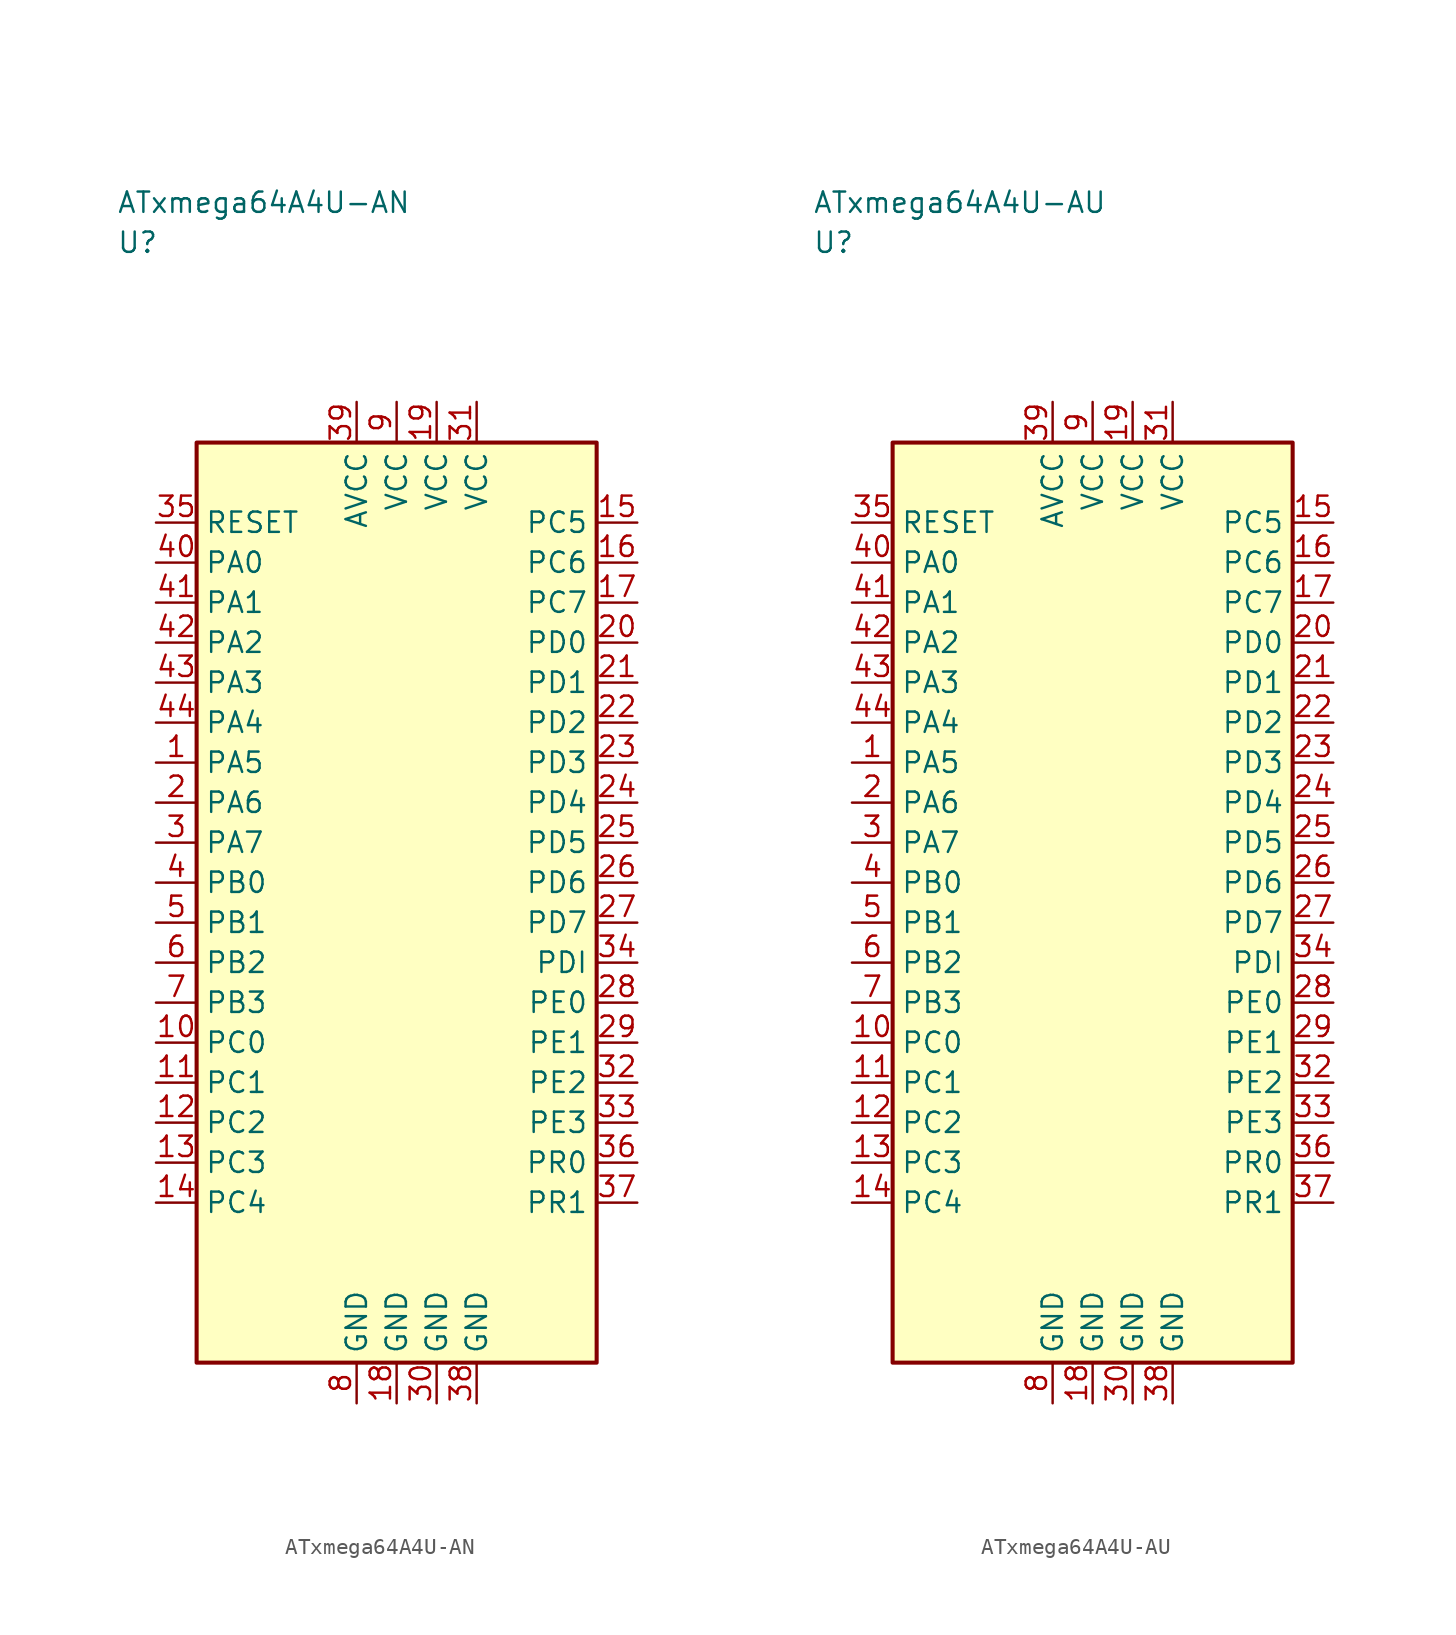
<source format=kicad_sym>
(kicad_symbol_lib
  (version 20241025)
  (generator "kicad_symbol_editor")
  (generator_version "8.0")
  (symbol "ATxmega64A4U-AN"
    (property "Reference" "U"
      (at -17.5 41.25 0)
      (effects (font (size 1.27 1.27)) (justify left)))
    (property "Value" "ATxmega64A4U-AN"
      (at -17.5 43.75 0)
      (effects (font (size 1.27 1.27)) (justify left)))
    (symbol "ATxmega64A4U-AN_0_1"
      (rectangle (start -12.5 28.75) (end 12.5 -28.75) (stroke (width 0.254) (type default)) (fill (type background))))
    (symbol "ATxmega64A4U-AN_1_1"
      (pin bidirectional line (at -15.04 8.75 0.0) (length 2.54) (name "PA5" (effects (font (size 1.27 1.27)))) (number "1" (effects (font (size 1.27 1.27)))))
      (pin bidirectional line (at -15.04 6.25 0.0) (length 2.54) (name "PA6" (effects (font (size 1.27 1.27)))) (number "2" (effects (font (size 1.27 1.27)))))
      (pin bidirectional line (at -15.04 3.75 0.0) (length 2.54) (name "PA7" (effects (font (size 1.27 1.27)))) (number "3" (effects (font (size 1.27 1.27)))))
      (pin bidirectional line (at -15.04 1.25 0.0) (length 2.54) (name "PB0" (effects (font (size 1.27 1.27)))) (number "4" (effects (font (size 1.27 1.27)))))
      (pin bidirectional line (at -15.04 -1.25 0.0) (length 2.54) (name "PB1" (effects (font (size 1.27 1.27)))) (number "5" (effects (font (size 1.27 1.27)))))
      (pin bidirectional line (at -15.04 -3.75 0.0) (length 2.54) (name "PB2" (effects (font (size 1.27 1.27)))) (number "6" (effects (font (size 1.27 1.27)))))
      (pin bidirectional line (at -15.04 -6.25 0.0) (length 2.54) (name "PB3" (effects (font (size 1.27 1.27)))) (number "7" (effects (font (size 1.27 1.27)))))
      (pin passive line (at -2.5 -31.29 90.0) (length 2.54) (name "GND" (effects (font (size 1.27 1.27)))) (number "8" (effects (font (size 1.27 1.27)))))
      (pin power_in line (at 0.0 31.29 270.0) (length 2.54) (name "VCC" (effects (font (size 1.27 1.27)))) (number "9" (effects (font (size 1.27 1.27)))))
      (pin bidirectional line (at -15.04 -8.75 0.0) (length 2.54) (name "PC0" (effects (font (size 1.27 1.27)))) (number "10" (effects (font (size 1.27 1.27)))))
      (pin bidirectional line (at -15.04 -11.25 0.0) (length 2.54) (name "PC1" (effects (font (size 1.27 1.27)))) (number "11" (effects (font (size 1.27 1.27)))))
      (pin bidirectional line (at -15.04 -13.75 0.0) (length 2.54) (name "PC2" (effects (font (size 1.27 1.27)))) (number "12" (effects (font (size 1.27 1.27)))))
      (pin bidirectional line (at -15.04 -16.25 0.0) (length 2.54) (name "PC3" (effects (font (size 1.27 1.27)))) (number "13" (effects (font (size 1.27 1.27)))))
      (pin bidirectional line (at -15.04 -18.75 0.0) (length 2.54) (name "PC4" (effects (font (size 1.27 1.27)))) (number "14" (effects (font (size 1.27 1.27)))))
      (pin bidirectional line (at 15.04 23.75 180.0) (length 2.54) (name "PC5" (effects (font (size 1.27 1.27)))) (number "15" (effects (font (size 1.27 1.27)))))
      (pin bidirectional line (at 15.04 21.25 180.0) (length 2.54) (name "PC6" (effects (font (size 1.27 1.27)))) (number "16" (effects (font (size 1.27 1.27)))))
      (pin bidirectional line (at 15.04 18.75 180.0) (length 2.54) (name "PC7" (effects (font (size 1.27 1.27)))) (number "17" (effects (font (size 1.27 1.27)))))
      (pin passive line (at 0.0 -31.29 90.0) (length 2.54) (name "GND" (effects (font (size 1.27 1.27)))) (number "18" (effects (font (size 1.27 1.27)))))
      (pin power_in line (at 2.5 31.29 270.0) (length 2.54) (name "VCC" (effects (font (size 1.27 1.27)))) (number "19" (effects (font (size 1.27 1.27)))))
      (pin bidirectional line (at 15.04 16.25 180.0) (length 2.54) (name "PD0" (effects (font (size 1.27 1.27)))) (number "20" (effects (font (size 1.27 1.27)))))
      (pin bidirectional line (at 15.04 13.75 180.0) (length 2.54) (name "PD1" (effects (font (size 1.27 1.27)))) (number "21" (effects (font (size 1.27 1.27)))))
      (pin bidirectional line (at 15.04 11.25 180.0) (length 2.54) (name "PD2" (effects (font (size 1.27 1.27)))) (number "22" (effects (font (size 1.27 1.27)))))
      (pin bidirectional line (at 15.04 8.75 180.0) (length 2.54) (name "PD3" (effects (font (size 1.27 1.27)))) (number "23" (effects (font (size 1.27 1.27)))))
      (pin bidirectional line (at 15.04 6.25 180.0) (length 2.54) (name "PD4" (effects (font (size 1.27 1.27)))) (number "24" (effects (font (size 1.27 1.27)))))
      (pin bidirectional line (at 15.04 3.75 180.0) (length 2.54) (name "PD5" (effects (font (size 1.27 1.27)))) (number "25" (effects (font (size 1.27 1.27)))))
      (pin bidirectional line (at 15.04 1.25 180.0) (length 2.54) (name "PD6" (effects (font (size 1.27 1.27)))) (number "26" (effects (font (size 1.27 1.27)))))
      (pin bidirectional line (at 15.04 -1.25 180.0) (length 2.54) (name "PD7" (effects (font (size 1.27 1.27)))) (number "27" (effects (font (size 1.27 1.27)))))
      (pin bidirectional line (at 15.04 -6.25 180.0) (length 2.54) (name "PE0" (effects (font (size 1.27 1.27)))) (number "28" (effects (font (size 1.27 1.27)))))
      (pin bidirectional line (at 15.04 -8.75 180.0) (length 2.54) (name "PE1" (effects (font (size 1.27 1.27)))) (number "29" (effects (font (size 1.27 1.27)))))
      (pin passive line (at 2.5 -31.29 90.0) (length 2.54) (name "GND" (effects (font (size 1.27 1.27)))) (number "30" (effects (font (size 1.27 1.27)))))
      (pin power_in line (at 5.0 31.29 270.0) (length 2.54) (name "VCC" (effects (font (size 1.27 1.27)))) (number "31" (effects (font (size 1.27 1.27)))))
      (pin bidirectional line (at 15.04 -11.25 180.0) (length 2.54) (name "PE2" (effects (font (size 1.27 1.27)))) (number "32" (effects (font (size 1.27 1.27)))))
      (pin bidirectional line (at 15.04 -13.75 180.0) (length 2.54) (name "PE3" (effects (font (size 1.27 1.27)))) (number "33" (effects (font (size 1.27 1.27)))))
      (pin bidirectional line (at 15.04 -3.75 180.0) (length 2.54) (name "PDI" (effects (font (size 1.27 1.27)))) (number "34" (effects (font (size 1.27 1.27)))))
      (pin input line (at -15.04 23.75 0.0) (length 2.54) (name "RESET" (effects (font (size 1.27 1.27)))) (number "35" (effects (font (size 1.27 1.27)))))
      (pin bidirectional line (at 15.04 -16.25 180.0) (length 2.54) (name "PR0" (effects (font (size 1.27 1.27)))) (number "36" (effects (font (size 1.27 1.27)))))
      (pin bidirectional line (at 15.04 -18.75 180.0) (length 2.54) (name "PR1" (effects (font (size 1.27 1.27)))) (number "37" (effects (font (size 1.27 1.27)))))
      (pin passive line (at 5.0 -31.29 90.0) (length 2.54) (name "GND" (effects (font (size 1.27 1.27)))) (number "38" (effects (font (size 1.27 1.27)))))
      (pin power_in line (at -2.5 31.29 270.0) (length 2.54) (name "AVCC" (effects (font (size 1.27 1.27)))) (number "39" (effects (font (size 1.27 1.27)))))
      (pin bidirectional line (at -15.04 21.25 0.0) (length 2.54) (name "PA0" (effects (font (size 1.27 1.27)))) (number "40" (effects (font (size 1.27 1.27)))))
      (pin bidirectional line (at -15.04 18.75 0.0) (length 2.54) (name "PA1" (effects (font (size 1.27 1.27)))) (number "41" (effects (font (size 1.27 1.27)))))
      (pin bidirectional line (at -15.04 16.25 0.0) (length 2.54) (name "PA2" (effects (font (size 1.27 1.27)))) (number "42" (effects (font (size 1.27 1.27)))))
      (pin bidirectional line (at -15.04 13.75 0.0) (length 2.54) (name "PA3" (effects (font (size 1.27 1.27)))) (number "43" (effects (font (size 1.27 1.27)))))
      (pin bidirectional line (at -15.04 11.25 0.0) (length 2.54) (name "PA4" (effects (font (size 1.27 1.27)))) (number "44" (effects (font (size 1.27 1.27)))))))
  (symbol "ATxmega64A4U-AU"
    (property "Reference" "U"
      (at -17.5 41.25 0)
      (effects (font (size 1.27 1.27)) (justify left)))
    (property "Value" "ATxmega64A4U-AU"
      (at -17.5 43.75 0)
      (effects (font (size 1.27 1.27)) (justify left)))
    (symbol "ATxmega64A4U-AU_0_1"
      (rectangle (start -12.5 28.75) (end 12.5 -28.75) (stroke (width 0.254) (type default)) (fill (type background))))
    (symbol "ATxmega64A4U-AU_1_1"
      (pin bidirectional line (at -15.04 8.75 0.0) (length 2.54) (name "PA5" (effects (font (size 1.27 1.27)))) (number "1" (effects (font (size 1.27 1.27)))))
      (pin bidirectional line (at -15.04 6.25 0.0) (length 2.54) (name "PA6" (effects (font (size 1.27 1.27)))) (number "2" (effects (font (size 1.27 1.27)))))
      (pin bidirectional line (at -15.04 3.75 0.0) (length 2.54) (name "PA7" (effects (font (size 1.27 1.27)))) (number "3" (effects (font (size 1.27 1.27)))))
      (pin bidirectional line (at -15.04 1.25 0.0) (length 2.54) (name "PB0" (effects (font (size 1.27 1.27)))) (number "4" (effects (font (size 1.27 1.27)))))
      (pin bidirectional line (at -15.04 -1.25 0.0) (length 2.54) (name "PB1" (effects (font (size 1.27 1.27)))) (number "5" (effects (font (size 1.27 1.27)))))
      (pin bidirectional line (at -15.04 -3.75 0.0) (length 2.54) (name "PB2" (effects (font (size 1.27 1.27)))) (number "6" (effects (font (size 1.27 1.27)))))
      (pin bidirectional line (at -15.04 -6.25 0.0) (length 2.54) (name "PB3" (effects (font (size 1.27 1.27)))) (number "7" (effects (font (size 1.27 1.27)))))
      (pin passive line (at -2.5 -31.29 90.0) (length 2.54) (name "GND" (effects (font (size 1.27 1.27)))) (number "8" (effects (font (size 1.27 1.27)))))
      (pin power_in line (at 0.0 31.29 270.0) (length 2.54) (name "VCC" (effects (font (size 1.27 1.27)))) (number "9" (effects (font (size 1.27 1.27)))))
      (pin bidirectional line (at -15.04 -8.75 0.0) (length 2.54) (name "PC0" (effects (font (size 1.27 1.27)))) (number "10" (effects (font (size 1.27 1.27)))))
      (pin bidirectional line (at -15.04 -11.25 0.0) (length 2.54) (name "PC1" (effects (font (size 1.27 1.27)))) (number "11" (effects (font (size 1.27 1.27)))))
      (pin bidirectional line (at -15.04 -13.75 0.0) (length 2.54) (name "PC2" (effects (font (size 1.27 1.27)))) (number "12" (effects (font (size 1.27 1.27)))))
      (pin bidirectional line (at -15.04 -16.25 0.0) (length 2.54) (name "PC3" (effects (font (size 1.27 1.27)))) (number "13" (effects (font (size 1.27 1.27)))))
      (pin bidirectional line (at -15.04 -18.75 0.0) (length 2.54) (name "PC4" (effects (font (size 1.27 1.27)))) (number "14" (effects (font (size 1.27 1.27)))))
      (pin bidirectional line (at 15.04 23.75 180.0) (length 2.54) (name "PC5" (effects (font (size 1.27 1.27)))) (number "15" (effects (font (size 1.27 1.27)))))
      (pin bidirectional line (at 15.04 21.25 180.0) (length 2.54) (name "PC6" (effects (font (size 1.27 1.27)))) (number "16" (effects (font (size 1.27 1.27)))))
      (pin bidirectional line (at 15.04 18.75 180.0) (length 2.54) (name "PC7" (effects (font (size 1.27 1.27)))) (number "17" (effects (font (size 1.27 1.27)))))
      (pin passive line (at 0.0 -31.29 90.0) (length 2.54) (name "GND" (effects (font (size 1.27 1.27)))) (number "18" (effects (font (size 1.27 1.27)))))
      (pin power_in line (at 2.5 31.29 270.0) (length 2.54) (name "VCC" (effects (font (size 1.27 1.27)))) (number "19" (effects (font (size 1.27 1.27)))))
      (pin bidirectional line (at 15.04 16.25 180.0) (length 2.54) (name "PD0" (effects (font (size 1.27 1.27)))) (number "20" (effects (font (size 1.27 1.27)))))
      (pin bidirectional line (at 15.04 13.75 180.0) (length 2.54) (name "PD1" (effects (font (size 1.27 1.27)))) (number "21" (effects (font (size 1.27 1.27)))))
      (pin bidirectional line (at 15.04 11.25 180.0) (length 2.54) (name "PD2" (effects (font (size 1.27 1.27)))) (number "22" (effects (font (size 1.27 1.27)))))
      (pin bidirectional line (at 15.04 8.75 180.0) (length 2.54) (name "PD3" (effects (font (size 1.27 1.27)))) (number "23" (effects (font (size 1.27 1.27)))))
      (pin bidirectional line (at 15.04 6.25 180.0) (length 2.54) (name "PD4" (effects (font (size 1.27 1.27)))) (number "24" (effects (font (size 1.27 1.27)))))
      (pin bidirectional line (at 15.04 3.75 180.0) (length 2.54) (name "PD5" (effects (font (size 1.27 1.27)))) (number "25" (effects (font (size 1.27 1.27)))))
      (pin bidirectional line (at 15.04 1.25 180.0) (length 2.54) (name "PD6" (effects (font (size 1.27 1.27)))) (number "26" (effects (font (size 1.27 1.27)))))
      (pin bidirectional line (at 15.04 -1.25 180.0) (length 2.54) (name "PD7" (effects (font (size 1.27 1.27)))) (number "27" (effects (font (size 1.27 1.27)))))
      (pin bidirectional line (at 15.04 -6.25 180.0) (length 2.54) (name "PE0" (effects (font (size 1.27 1.27)))) (number "28" (effects (font (size 1.27 1.27)))))
      (pin bidirectional line (at 15.04 -8.75 180.0) (length 2.54) (name "PE1" (effects (font (size 1.27 1.27)))) (number "29" (effects (font (size 1.27 1.27)))))
      (pin passive line (at 2.5 -31.29 90.0) (length 2.54) (name "GND" (effects (font (size 1.27 1.27)))) (number "30" (effects (font (size 1.27 1.27)))))
      (pin power_in line (at 5.0 31.29 270.0) (length 2.54) (name "VCC" (effects (font (size 1.27 1.27)))) (number "31" (effects (font (size 1.27 1.27)))))
      (pin bidirectional line (at 15.04 -11.25 180.0) (length 2.54) (name "PE2" (effects (font (size 1.27 1.27)))) (number "32" (effects (font (size 1.27 1.27)))))
      (pin bidirectional line (at 15.04 -13.75 180.0) (length 2.54) (name "PE3" (effects (font (size 1.27 1.27)))) (number "33" (effects (font (size 1.27 1.27)))))
      (pin bidirectional line (at 15.04 -3.75 180.0) (length 2.54) (name "PDI" (effects (font (size 1.27 1.27)))) (number "34" (effects (font (size 1.27 1.27)))))
      (pin input line (at -15.04 23.75 0.0) (length 2.54) (name "RESET" (effects (font (size 1.27 1.27)))) (number "35" (effects (font (size 1.27 1.27)))))
      (pin bidirectional line (at 15.04 -16.25 180.0) (length 2.54) (name "PR0" (effects (font (size 1.27 1.27)))) (number "36" (effects (font (size 1.27 1.27)))))
      (pin bidirectional line (at 15.04 -18.75 180.0) (length 2.54) (name "PR1" (effects (font (size 1.27 1.27)))) (number "37" (effects (font (size 1.27 1.27)))))
      (pin passive line (at 5.0 -31.29 90.0) (length 2.54) (name "GND" (effects (font (size 1.27 1.27)))) (number "38" (effects (font (size 1.27 1.27)))))
      (pin power_in line (at -2.5 31.29 270.0) (length 2.54) (name "AVCC" (effects (font (size 1.27 1.27)))) (number "39" (effects (font (size 1.27 1.27)))))
      (pin bidirectional line (at -15.04 21.25 0.0) (length 2.54) (name "PA0" (effects (font (size 1.27 1.27)))) (number "40" (effects (font (size 1.27 1.27)))))
      (pin bidirectional line (at -15.04 18.75 0.0) (length 2.54) (name "PA1" (effects (font (size 1.27 1.27)))) (number "41" (effects (font (size 1.27 1.27)))))
      (pin bidirectional line (at -15.04 16.25 0.0) (length 2.54) (name "PA2" (effects (font (size 1.27 1.27)))) (number "42" (effects (font (size 1.27 1.27)))))
      (pin bidirectional line (at -15.04 13.75 0.0) (length 2.54) (name "PA3" (effects (font (size 1.27 1.27)))) (number "43" (effects (font (size 1.27 1.27)))))
      (pin bidirectional line (at -15.04 11.25 0.0) (length 2.54) (name "PA4" (effects (font (size 1.27 1.27)))) (number "44" (effects (font (size 1.27 1.27))))))))
</source>
